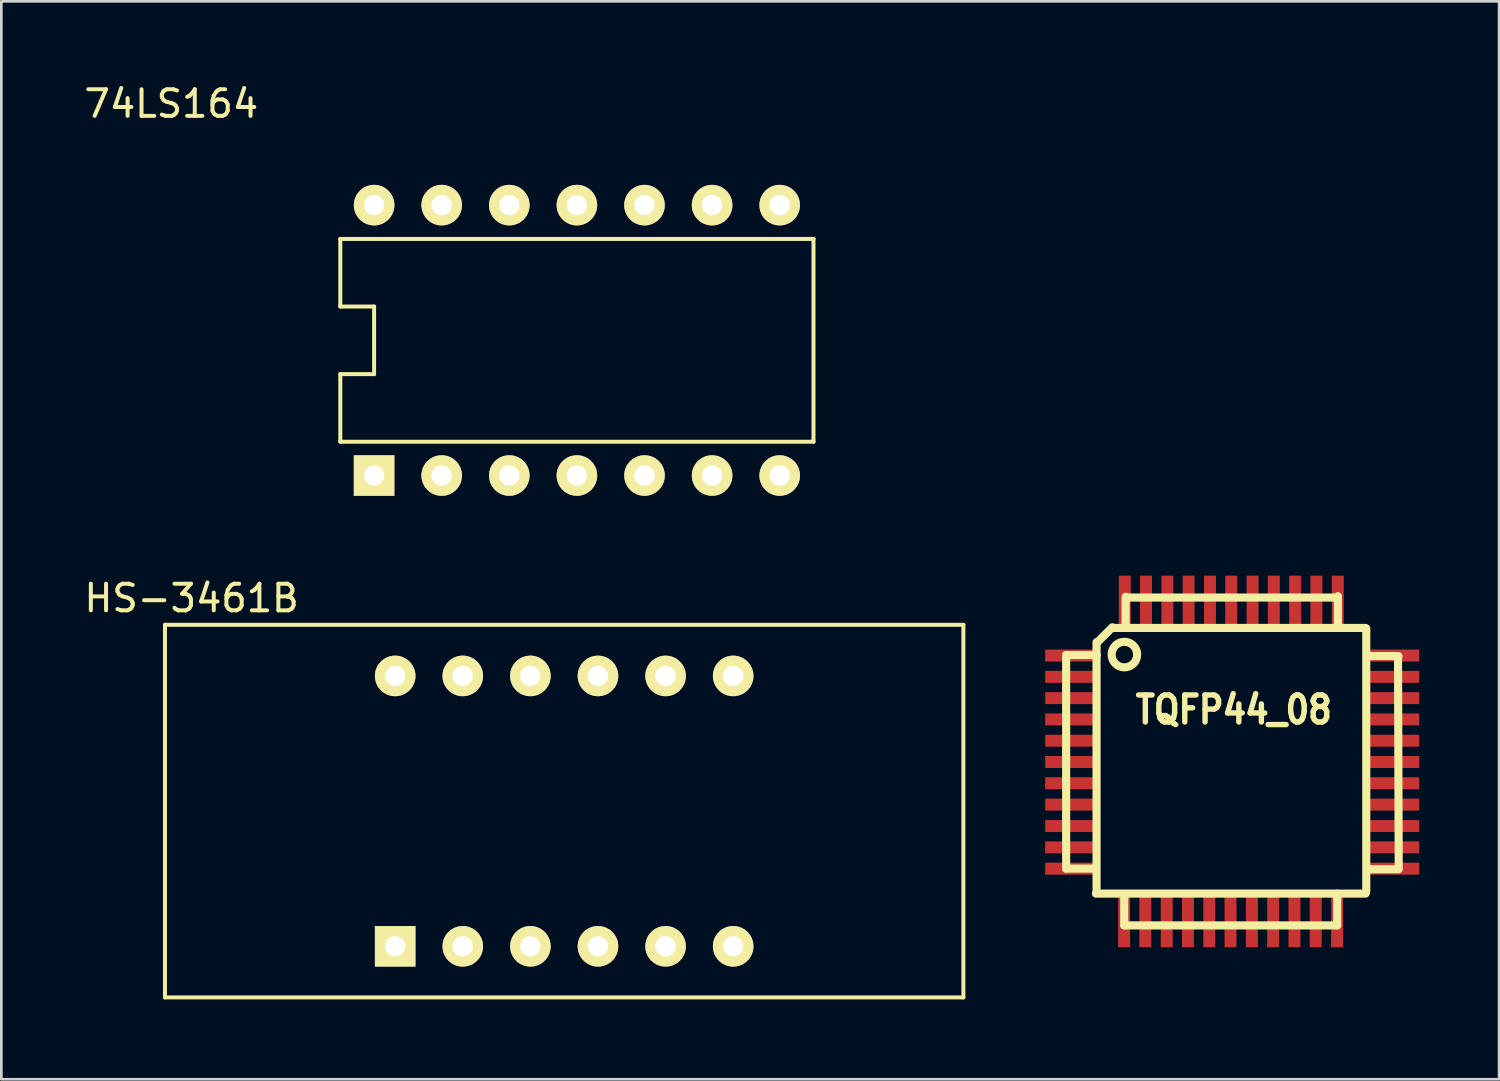
<source format=kicad_pcb>
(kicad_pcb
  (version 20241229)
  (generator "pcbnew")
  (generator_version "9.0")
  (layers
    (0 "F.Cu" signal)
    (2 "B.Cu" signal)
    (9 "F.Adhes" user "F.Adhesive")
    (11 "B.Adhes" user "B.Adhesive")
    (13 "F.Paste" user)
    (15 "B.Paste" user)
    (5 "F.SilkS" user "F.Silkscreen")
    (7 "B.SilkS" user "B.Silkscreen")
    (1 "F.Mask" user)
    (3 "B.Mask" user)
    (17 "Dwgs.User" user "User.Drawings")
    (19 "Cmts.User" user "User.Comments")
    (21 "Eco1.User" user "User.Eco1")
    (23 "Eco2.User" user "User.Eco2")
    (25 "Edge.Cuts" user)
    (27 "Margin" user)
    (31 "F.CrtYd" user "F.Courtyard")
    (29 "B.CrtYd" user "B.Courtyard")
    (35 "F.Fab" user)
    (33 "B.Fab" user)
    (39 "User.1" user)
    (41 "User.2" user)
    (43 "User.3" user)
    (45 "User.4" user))
  (footprint "HS-3461B"
    (layer "F.Cu")
    (at 18.149 27.428)
    (property "Reference" "HS-3461B" (at -14 -8 0) (layer "F.SilkS") (effects (font (size 1 1) (thickness 0.15))))
    (attr through_hole)
    (fp_line (start -15 -7) (end 15 -7) (stroke (width 0.15) (type solid)) (layer "F.SilkS"))
    (fp_line (start -15 7) (end -15 -7) (stroke (width 0.15) (type solid)) (layer "F.SilkS"))
    (fp_line (start 15 -7) (end 15 7) (stroke (width 0.15) (type solid)) (layer "F.SilkS"))
    (fp_line (start 15 7) (end -15 7) (stroke (width 0.15) (type solid)) (layer "F.SilkS"))
    (pad "1" thru_hole rect (at -6.35 5.08) (size 1.524 1.524) (drill 0.762) (layers "*.Cu" "*.Mask" "F.SilkS"))
    (pad "2" thru_hole circle (at -3.81 5.08) (size 1.524 1.524) (drill 0.762) (layers "*.Cu" "*.Mask" "F.SilkS"))
    (pad "3" thru_hole circle (at -1.27 5.08) (size 1.524 1.524) (drill 0.762) (layers "*.Cu" "*.Mask" "F.SilkS"))
    (pad "4" thru_hole circle (at 1.27 5.08) (size 1.524 1.524) (drill 0.762) (layers "*.Cu" "*.Mask" "F.SilkS"))
    (pad "5" thru_hole circle (at 3.81 5.08) (size 1.524 1.524) (drill 0.762) (layers "*.Cu" "*.Mask" "F.SilkS"))
    (pad "6" thru_hole circle (at 6.35 5.08) (size 1.524 1.524) (drill 0.762) (layers "*.Cu" "*.Mask" "F.SilkS"))
    (pad "7" thru_hole circle (at 6.35 -5.08) (size 1.524 1.524) (drill 0.762) (layers "*.Cu" "*.Mask" "F.SilkS"))
    (pad "8" thru_hole circle (at 3.81 -5.08) (size 1.524 1.524) (drill 0.762) (layers "*.Cu" "*.Mask" "F.SilkS"))
    (pad "9" thru_hole circle (at 1.27 -5.08) (size 1.524 1.524) (drill 0.762) (layers "*.Cu" "*.Mask" "F.SilkS"))
    (pad "10" thru_hole circle (at -1.27 -5.08) (size 1.524 1.524) (drill 0.762) (layers "*.Cu" "*.Mask" "F.SilkS"))
    (pad "11" thru_hole circle (at -3.81 -5.08) (size 1.524 1.524) (drill 0.762) (layers "*.Cu" "*.Mask" "F.SilkS"))
    (pad "12" thru_hole circle (at -6.35 -5.08) (size 1.524 1.524) (drill 0.762) (layers "*.Cu" "*.Mask" "F.SilkS")))
  (footprint "74LS164"
    (layer "F.Cu")
    (at 18.627 9.738)
    (property "Reference" "74LS164" (at -15.24 -8.89 0) (layer "F.SilkS") (effects (font (size 1 1) (thickness 0.15))))
    (attr through_hole)
    (fp_line (start -8.89 -3.81) (end 8.89 -3.81) (stroke (width 0.15) (type solid)) (layer "F.SilkS"))
    (fp_line (start -8.89 -1.27) (end -8.89 -3.81) (stroke (width 0.15) (type solid)) (layer "F.SilkS"))
    (fp_line (start -8.89 1.27) (end -7.62 1.27) (stroke (width 0.15) (type solid)) (layer "F.SilkS"))
    (fp_line (start -8.89 3.81) (end -8.89 1.27) (stroke (width 0.15) (type solid)) (layer "F.SilkS"))
    (fp_line (start -7.62 -1.27) (end -8.89 -1.27) (stroke (width 0.15) (type solid)) (layer "F.SilkS"))
    (fp_line (start -7.62 1.27) (end -7.62 -1.27) (stroke (width 0.15) (type solid)) (layer "F.SilkS"))
    (fp_line (start 8.89 -3.81) (end 8.89 3.81) (stroke (width 0.15) (type solid)) (layer "F.SilkS"))
    (fp_line (start 8.89 3.81) (end -8.89 3.81) (stroke (width 0.15) (type solid)) (layer "F.SilkS"))
    (pad "1" thru_hole rect (at -7.62 5.08) (size 1.524 1.524) (drill 0.762) (layers "*.Cu" "*.Mask" "F.SilkS"))
    (pad "2" thru_hole circle (at -5.08 5.08) (size 1.524 1.524) (drill 0.762) (layers "*.Cu" "*.Mask" "F.SilkS"))
    (pad "3" thru_hole circle (at -2.54 5.08) (size 1.524 1.524) (drill 0.762) (layers "*.Cu" "*.Mask" "F.SilkS"))
    (pad "4" thru_hole circle (at 0 5.08) (size 1.524 1.524) (drill 0.762) (layers "*.Cu" "*.Mask" "F.SilkS"))
    (pad "5" thru_hole circle (at 2.54 5.08) (size 1.524 1.524) (drill 0.762) (layers "*.Cu" "*.Mask" "F.SilkS"))
    (pad "6" thru_hole circle (at 5.08 5.08) (size 1.524 1.524) (drill 0.762) (layers "*.Cu" "*.Mask" "F.SilkS"))
    (pad "7" thru_hole circle (at 7.62 5.08) (size 1.524 1.524) (drill 0.762) (layers "*.Cu" "*.Mask" "F.SilkS"))
    (pad "8" thru_hole circle (at 7.62 -5.08) (size 1.524 1.524) (drill 0.762) (layers "*.Cu" "*.Mask" "F.SilkS"))
    (pad "9" thru_hole circle (at 5.08 -5.08) (size 1.524 1.524) (drill 0.762) (layers "*.Cu" "*.Mask" "F.SilkS"))
    (pad "10" thru_hole circle (at 2.54 -5.08) (size 1.524 1.524) (drill 0.762) (layers "*.Cu" "*.Mask" "F.SilkS"))
    (pad "11" thru_hole circle (at 0 -5.08) (size 1.524 1.524) (drill 0.762) (layers "*.Cu" "*.Mask" "F.SilkS"))
    (pad "12" thru_hole circle (at -2.54 -5.08) (size 1.524 1.524) (drill 0.762) (layers "*.Cu" "*.Mask" "F.SilkS"))
    (pad "13" thru_hole circle (at -5.08 -5.08) (size 1.524 1.524) (drill 0.762) (layers "*.Cu" "*.Mask" "F.SilkS"))
    (pad "14" thru_hole circle (at -7.62 -5.08) (size 1.524 1.524) (drill 0.762) (layers "*.Cu" "*.Mask" "F.SilkS")))
  (footprint "TQFP44_08"
    (layer "F.Cu")
    (at 43.233 25.6)
    (property "Reference" "TQFP44_08" (at 0.076 -1.981 0) (layer "F.SilkS") (effects (font (size 1.016 0.889) (thickness 0.203))))
    (attr through_hole)
    (fp_line (start -6.223 -4.039) (end -6.223 3.988) (stroke (width 0.305) (type solid)) (layer "F.SilkS"))
    (fp_line (start -6.223 3.988) (end -5.131 3.988) (stroke (width 0.305) (type solid)) (layer "F.SilkS"))
    (fp_line (start -6.218 -4.039) (end -5.07 -4.039) (stroke (width 0.305) (type solid)) (layer "F.SilkS"))
    (fp_line (start -5.105 4.928) (end 5.029 4.928) (stroke (width 0.305) (type solid)) (layer "F.SilkS"))
    (fp_line (start -5.08 -4.521) (end -5.08 4.902) (stroke (width 0.305) (type solid)) (layer "F.SilkS"))
    (fp_line (start -5.07 -4.496) (end -4.486 -5.08) (stroke (width 0.305) (type solid)) (layer "F.SilkS"))
    (fp_line (start -4.445 -5.055) (end 5.029 -5.055) (stroke (width 0.305) (type solid)) (layer "F.SilkS"))
    (fp_line (start -4.039 6.121) (end -4.039 4.978) (stroke (width 0.305) (type solid)) (layer "F.SilkS"))
    (fp_line (start -4.039 6.121) (end 3.962 6.121) (stroke (width 0.305) (type solid)) (layer "F.SilkS"))
    (fp_line (start -3.988 -5.08) (end -3.988 -6.228) (stroke (width 0.305) (type solid)) (layer "F.SilkS"))
    (fp_line (start -3.962 -6.198) (end 3.962 -6.198) (stroke (width 0.305) (type solid)) (layer "F.SilkS"))
    (fp_line (start 3.962 6.121) (end 3.962 4.928) (stroke (width 0.305) (type solid)) (layer "F.SilkS"))
    (fp_line (start 3.988 -6.248) (end 3.988 -5.131) (stroke (width 0.305) (type solid)) (layer "F.SilkS"))
    (fp_line (start 5.055 -5.029) (end 5.055 4.851) (stroke (width 0.305) (type solid)) (layer "F.SilkS"))
    (fp_line (start 5.08 4.013) (end 6.198 4.013) (stroke (width 0.305) (type solid)) (layer "F.SilkS"))
    (fp_line (start 5.116 -3.998) (end 6.264 -3.998) (stroke (width 0.305) (type solid)) (layer "F.SilkS"))
    (fp_line (start 6.274 4.013) (end 6.248 -3.962) (stroke (width 0.305) (type solid)) (layer "F.SilkS"))
    (fp_circle (center -4.034 -4.054) (end -3.627 -3.8) (stroke (width 0.305) (type solid)) (fill no) (layer "F.SilkS"))
    (pad "1" smd rect (at -6.01 -4.018) (size 1.999 0.45) (layers "F.Cu" "F.Mask" "F.Paste"))
    (pad "2" smd rect (at -6.01 -3.218) (size 1.999 0.45) (layers "F.Cu" "F.Mask" "F.Paste"))
    (pad "3" smd rect (at -6.01 -2.418) (size 1.999 0.45) (layers "F.Cu" "F.Mask" "F.Paste"))
    (pad "4" smd rect (at -6.01 -1.618) (size 1.999 0.45) (layers "F.Cu" "F.Mask" "F.Paste"))
    (pad "5" smd rect (at -6.01 -0.818) (size 1.999 0.45) (layers "F.Cu" "F.Mask" "F.Paste"))
    (pad "6" smd rect (at -6.01 -0.018) (size 1.999 0.45) (layers "F.Cu" "F.Mask" "F.Paste"))
    (pad "7" smd rect (at -6.01 0.782) (size 1.999 0.45) (layers "F.Cu" "F.Mask" "F.Paste"))
    (pad "8" smd rect (at -6.01 1.582) (size 1.999 0.45) (layers "F.Cu" "F.Mask" "F.Paste"))
    (pad "9" smd rect (at -6.01 2.39) (size 1.999 0.45) (layers "F.Cu" "F.Mask" "F.Paste"))
    (pad "10" smd rect (at -6.01 3.19) (size 1.999 0.45) (layers "F.Cu" "F.Mask" "F.Paste"))
    (pad "11" smd rect (at -6.01 3.99) (size 1.999 0.45) (layers "F.Cu" "F.Mask" "F.Paste"))
    (pad "12" smd rect (at -4.044 5.944) (size 0.45 1.999) (layers "F.Cu" "F.Mask" "F.Paste"))
    (pad "13" smd rect (at -3.246 5.944) (size 0.45 1.999) (layers "F.Cu" "F.Mask" "F.Paste"))
    (pad "14" smd rect (at -2.443 5.944) (size 0.45 1.999) (layers "F.Cu" "F.Mask" "F.Paste"))
    (pad "15" smd rect (at -1.646 5.944) (size 0.45 1.999) (layers "F.Cu" "F.Mask" "F.Paste"))
    (pad "16" smd rect (at -0.843 5.944) (size 0.45 1.999) (layers "F.Cu" "F.Mask" "F.Paste"))
    (pad "17" smd rect (at -0.046 5.944) (size 0.45 1.999) (layers "F.Cu" "F.Mask" "F.Paste"))
    (pad "18" smd rect (at 0.757 5.944) (size 0.45 1.999) (layers "F.Cu" "F.Mask" "F.Paste"))
    (pad "19" smd rect (at 1.554 5.944) (size 0.45 1.999) (layers "F.Cu" "F.Mask" "F.Paste"))
    (pad "20" smd rect (at 2.357 5.944) (size 0.45 1.999) (layers "F.Cu" "F.Mask" "F.Paste"))
    (pad "21" smd rect (at 3.155 5.944) (size 0.45 1.999) (layers "F.Cu" "F.Mask" "F.Paste"))
    (pad "22" smd rect (at 3.957 5.944) (size 0.45 1.999) (layers "F.Cu" "F.Mask" "F.Paste"))
    (pad "23" smd rect (at 6.045 3.99) (size 1.999 0.45) (layers "F.Cu" "F.Mask" "F.Paste"))
    (pad "24" smd rect (at 6.045 3.19) (size 1.999 0.45) (layers "F.Cu" "F.Mask" "F.Paste"))
    (pad "25" smd rect (at 6.045 2.39) (size 1.999 0.45) (layers "F.Cu" "F.Mask" "F.Paste"))
    (pad "26" smd rect (at 6.045 1.582) (size 1.999 0.45) (layers "F.Cu" "F.Mask" "F.Paste"))
    (pad "27" smd rect (at 6.045 0.782) (size 1.999 0.45) (layers "F.Cu" "F.Mask" "F.Paste"))
    (pad "28" smd rect (at 6.045 -0.018) (size 1.999 0.45) (layers "F.Cu" "F.Mask" "F.Paste"))
    (pad "29" smd rect (at 6.045 -0.818) (size 1.999 0.45) (layers "F.Cu" "F.Mask" "F.Paste"))
    (pad "30" smd rect (at 6.045 -1.618) (size 1.999 0.45) (layers "F.Cu" "F.Mask" "F.Paste"))
    (pad "31" smd rect (at 6.045 -2.418) (size 1.999 0.45) (layers "F.Cu" "F.Mask" "F.Paste"))
    (pad "32" smd rect (at 6.045 -3.218) (size 1.999 0.45) (layers "F.Cu" "F.Mask" "F.Paste"))
    (pad "33" smd rect (at 6.045 -4.018) (size 1.999 0.45) (layers "F.Cu" "F.Mask" "F.Paste"))
    (pad "34" smd rect (at 3.983 -6.02) (size 0.45 1.999) (layers "F.Cu" "F.Mask" "F.Paste"))
    (pad "35" smd rect (at 3.18 -6.02) (size 0.45 1.999) (layers "F.Cu" "F.Mask" "F.Paste"))
    (pad "36" smd rect (at 2.383 -6.02) (size 0.45 1.999) (layers "F.Cu" "F.Mask" "F.Paste"))
    (pad "37" smd rect (at 1.58 -6.02) (size 0.45 1.999) (layers "F.Cu" "F.Mask" "F.Paste"))
    (pad "38" smd rect (at 0.782 -6.02) (size 0.45 1.999) (layers "F.Cu" "F.Mask" "F.Paste"))
    (pad "39" smd rect (at -0.02 -6.02) (size 0.45 1.999) (layers "F.Cu" "F.Mask" "F.Paste"))
    (pad "40" smd rect (at -0.818 -6.02) (size 0.45 1.999) (layers "F.Cu" "F.Mask" "F.Paste"))
    (pad "41" smd rect (at -1.621 -6.02) (size 0.45 1.999) (layers "F.Cu" "F.Mask" "F.Paste"))
    (pad "42" smd rect (at -2.418 -6.02) (size 0.45 1.999) (layers "F.Cu" "F.Mask" "F.Paste"))
    (pad "43" smd rect (at -3.221 -6.02) (size 0.45 1.999) (layers "F.Cu" "F.Mask" "F.Paste"))
    (pad "44" smd rect (at -4.018 -6.02) (size 0.45 1.999) (layers "F.Cu" "F.Mask" "F.Paste")))
  (gr_rect
    (start -3 -3)
    (end 53.278 37.504)
    (stroke (width 0.1) (type default))
    (fill no)
    (layer "Edge.Cuts")))
</source>
